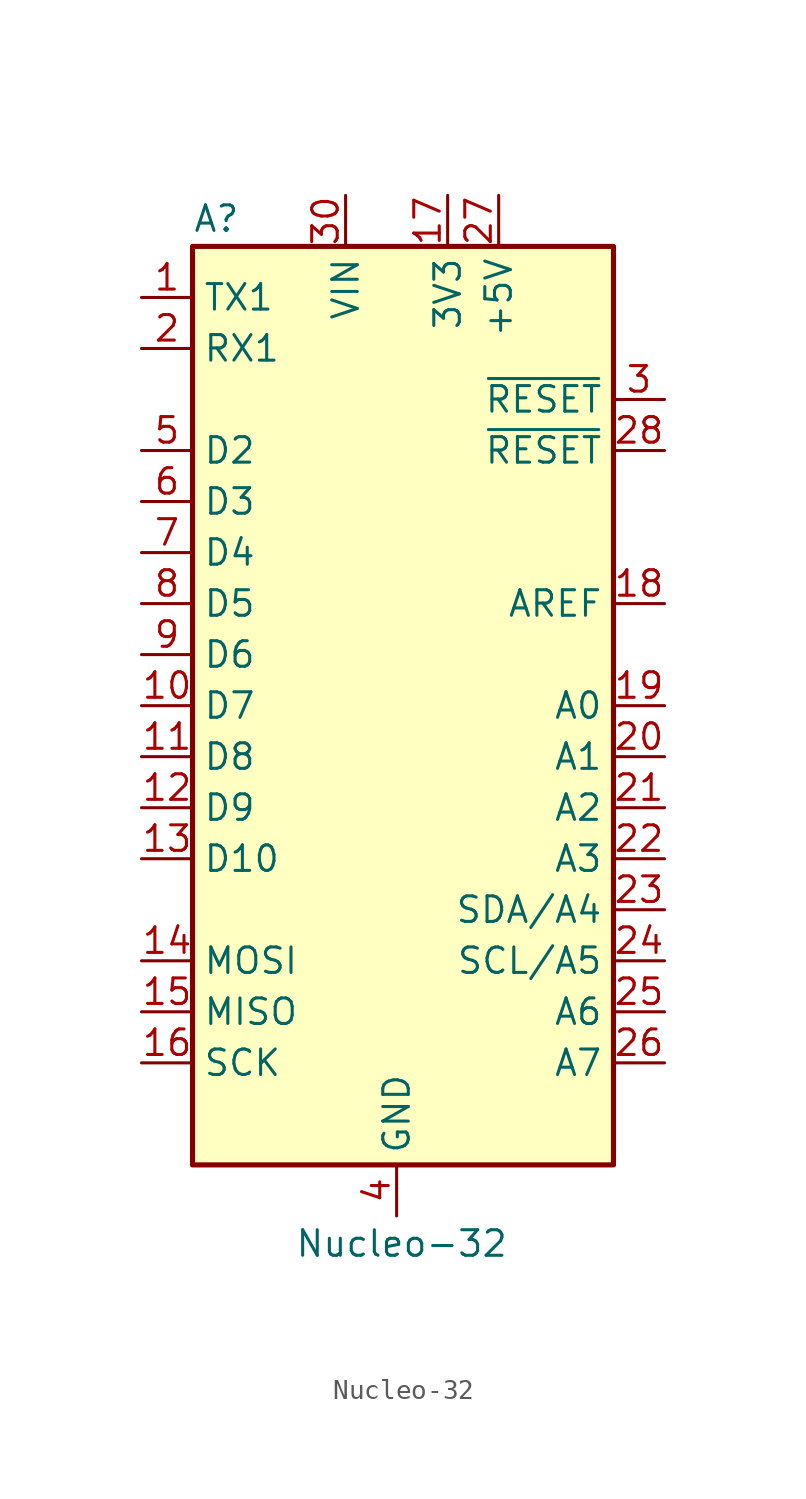
<source format=kicad_sym>
(kicad_symbol_lib
  (version 20211014)
  (generator kicad_symbol_editor)
  (symbol "Nucleo-32"
    (property "Reference" "A"
      (at -10.16 23.495 0)
      (effects (font (size 1.27 1.27)) (justify left bottom)))
    (property "Value" "Nucleo-32"
      (at -5.08 -26.035 0)
      (effects (font (size 1.27 1.27)) (justify left top)))
    (symbol "Nucleo-32_0_1"
      (rectangle (start -10.16 22.86) (end 10.795 -22.86) (stroke (width 0.254) (type default) (color 0 0 0 0)) (fill (type background))))
    (symbol "Nucleo-32_1_1"
      (pin bidirectional line (at -12.7 20.32 0) (length 2.54) (name "TX1" (effects (font (size 1.27 1.27)))) (number "1" (effects (font (size 1.27 1.27)))))
      (pin bidirectional line (at -12.7 0 0) (length 2.54) (name "D7" (effects (font (size 1.27 1.27)))) (number "10" (effects (font (size 1.27 1.27)))))
      (pin bidirectional line (at -12.7 -2.54 0) (length 2.54) (name "D8" (effects (font (size 1.27 1.27)))) (number "11" (effects (font (size 1.27 1.27)))))
      (pin bidirectional line (at -12.7 -5.08 0) (length 2.54) (name "D9" (effects (font (size 1.27 1.27)))) (number "12" (effects (font (size 1.27 1.27)))))
      (pin bidirectional line (at -12.7 -7.62 0) (length 2.54) (name "D10" (effects (font (size 1.27 1.27)))) (number "13" (effects (font (size 1.27 1.27)))))
      (pin bidirectional line (at -12.7 -12.7 0) (length 2.54) (name "MOSI" (effects (font (size 1.27 1.27)))) (number "14" (effects (font (size 1.27 1.27)))))
      (pin bidirectional line (at -12.7 -15.24 0) (length 2.54) (name "MISO" (effects (font (size 1.27 1.27)))) (number "15" (effects (font (size 1.27 1.27)))))
      (pin bidirectional line (at -12.7 -17.78 0) (length 2.54) (name "SCK" (effects (font (size 1.27 1.27)))) (number "16" (effects (font (size 1.27 1.27)))))
      (pin power_out line (at 2.54 25.4 270) (length 2.54) (name "3V3" (effects (font (size 1.27 1.27)))) (number "17" (effects (font (size 1.27 1.27)))))
      (pin input line (at 13.335 5.08 180) (length 2.54) (name "AREF" (effects (font (size 1.27 1.27)))) (number "18" (effects (font (size 1.27 1.27)))))
      (pin bidirectional line (at 13.335 0 180) (length 2.54) (name "A0" (effects (font (size 1.27 1.27)))) (number "19" (effects (font (size 1.27 1.27)))))
      (pin bidirectional line (at -12.7 17.78 0) (length 2.54) (name "RX1" (effects (font (size 1.27 1.27)))) (number "2" (effects (font (size 1.27 1.27)))))
      (pin bidirectional line (at 13.335 -2.54 180) (length 2.54) (name "A1" (effects (font (size 1.27 1.27)))) (number "20" (effects (font (size 1.27 1.27)))))
      (pin bidirectional line (at 13.335 -5.08 180) (length 2.54) (name "A2" (effects (font (size 1.27 1.27)))) (number "21" (effects (font (size 1.27 1.27)))))
      (pin bidirectional line (at 13.335 -7.62 180) (length 2.54) (name "A3" (effects (font (size 1.27 1.27)))) (number "22" (effects (font (size 1.27 1.27)))))
      (pin bidirectional line (at 13.335 -10.16 180) (length 2.54) (name "SDA/A4" (effects (font (size 1.27 1.27)))) (number "23" (effects (font (size 1.27 1.27)))))
      (pin bidirectional line (at 13.335 -12.7 180) (length 2.54) (name "SCL/A5" (effects (font (size 1.27 1.27)))) (number "24" (effects (font (size 1.27 1.27)))))
      (pin bidirectional line (at 13.335 -15.24 180) (length 2.54) (name "A6" (effects (font (size 1.27 1.27)))) (number "25" (effects (font (size 1.27 1.27)))))
      (pin bidirectional line (at 13.335 -17.78 180) (length 2.54) (name "A7" (effects (font (size 1.27 1.27)))) (number "26" (effects (font (size 1.27 1.27)))))
      (pin power_out line (at 5.08 25.4 270) (length 2.54) (name "+5V" (effects (font (size 1.27 1.27)))) (number "27" (effects (font (size 1.27 1.27)))))
      (pin input line (at 13.335 12.7 180) (length 2.54) (name "~{RESET}" (effects (font (size 1.27 1.27)))) (number "28" (effects (font (size 1.27 1.27)))))
      (pin passive line (at 0 -25.4 90) (length 2.54) hide (name "GND" (effects (font (size 1.27 1.27)))) (number "29" (effects (font (size 1.27 1.27)))))
      (pin input line (at 13.335 15.24 180) (length 2.54) (name "~{RESET}" (effects (font (size 1.27 1.27)))) (number "3" (effects (font (size 1.27 1.27)))))
      (pin power_in line (at -2.54 25.4 270) (length 2.54) (name "VIN" (effects (font (size 1.27 1.27)))) (number "30" (effects (font (size 1.27 1.27)))))
      (pin power_in line (at 0 -25.4 90) (length 2.54) (name "GND" (effects (font (size 1.27 1.27)))) (number "4" (effects (font (size 1.27 1.27)))))
      (pin bidirectional line (at -12.7 12.7 0) (length 2.54) (name "D2" (effects (font (size 1.27 1.27)))) (number "5" (effects (font (size 1.27 1.27)))))
      (pin bidirectional line (at -12.7 10.16 0) (length 2.54) (name "D3" (effects (font (size 1.27 1.27)))) (number "6" (effects (font (size 1.27 1.27)))))
      (pin bidirectional line (at -12.7 7.62 0) (length 2.54) (name "D4" (effects (font (size 1.27 1.27)))) (number "7" (effects (font (size 1.27 1.27)))))
      (pin bidirectional line (at -12.7 5.08 0) (length 2.54) (name "D5" (effects (font (size 1.27 1.27)))) (number "8" (effects (font (size 1.27 1.27)))))
      (pin bidirectional line (at -12.7 2.54 0) (length 2.54) (name "D6" (effects (font (size 1.27 1.27)))) (number "9" (effects (font (size 1.27 1.27))))))))
</source>
